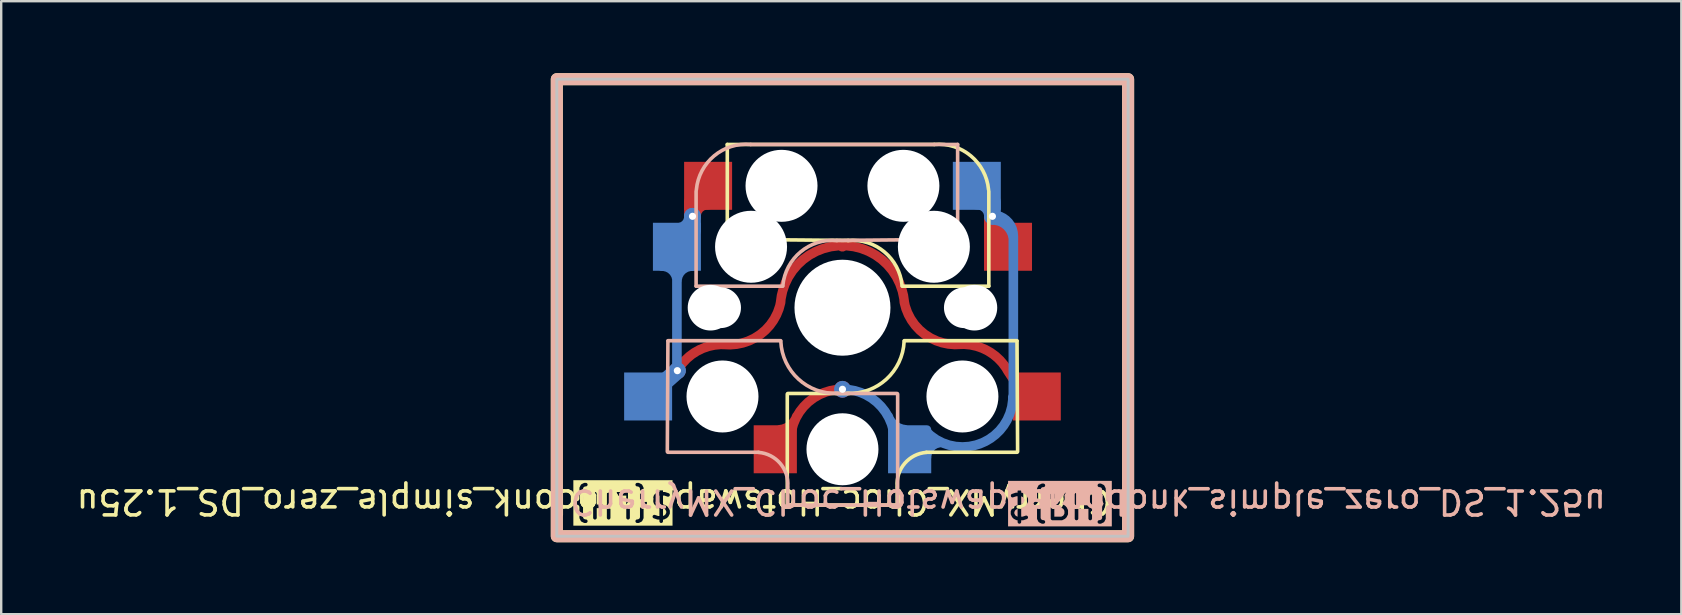
<source format=kicad_pcb>
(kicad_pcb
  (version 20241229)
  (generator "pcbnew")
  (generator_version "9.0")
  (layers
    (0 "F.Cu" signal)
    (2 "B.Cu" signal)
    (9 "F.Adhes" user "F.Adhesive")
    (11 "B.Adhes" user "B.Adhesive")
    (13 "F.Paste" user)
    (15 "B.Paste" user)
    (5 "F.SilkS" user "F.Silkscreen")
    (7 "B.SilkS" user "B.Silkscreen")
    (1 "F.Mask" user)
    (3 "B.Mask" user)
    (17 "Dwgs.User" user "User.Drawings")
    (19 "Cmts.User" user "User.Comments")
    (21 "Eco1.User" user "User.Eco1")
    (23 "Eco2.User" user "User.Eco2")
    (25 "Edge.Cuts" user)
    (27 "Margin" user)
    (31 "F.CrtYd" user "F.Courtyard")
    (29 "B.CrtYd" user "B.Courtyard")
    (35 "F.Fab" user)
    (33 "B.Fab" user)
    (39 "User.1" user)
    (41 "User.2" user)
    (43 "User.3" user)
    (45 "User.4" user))
  (footprint "CherryMX_Choc_Hotswap_ergodonk_simple_zero_DS_1.25u"
    (layer "F.Cu")
    (at 32.063 9.775)
    (property "Reference" "CherryMX_Choc_Hotswap_ergodonk_simple_zero_DS_1.25u" (at 11.33 8.09 180) (unlocked yes) (layer "F.SilkS") (effects (font (size 1 1) (thickness 0.15)) (justify left)))
    (attr smd)
    (fp_line (start -4.8 -6.804) (end 3.825 -6.804) (stroke (width 0.15) (type solid)) (layer "F.SilkS"))
    (fp_line (start -4.8 -2.896) (end -4.8 -6.804) (stroke (width 0.15) (type solid)) (layer "F.SilkS"))
    (fp_line (start -4.8 -2.85) (end 0.25 -2.804) (stroke (width 0.15) (type solid)) (layer "F.SilkS"))
    (fp_line (start -2.3 3.6) (end -2.3 8.2) (stroke (width 0.15) (type solid)) (layer "F.SilkS"))
    (fp_line (start -2.275 3.575) (end 0.275 3.575) (stroke (width 0.15) (type solid)) (layer "F.SilkS"))
    (fp_line (start -2.275 8.225) (end 2.275 8.225) (stroke (width 0.15) (type solid)) (layer "F.SilkS"))
    (fp_line (start 2.28 7.5) (end 2.28 8.2) (stroke (width 0.15) (type solid)) (layer "F.SilkS"))
    (fp_line (start 2.575 1.375) (end 7.275 1.375) (stroke (width 0.15) (type solid)) (layer "F.SilkS"))
    (fp_line (start 3.5 6.025) (end 7.275 6.025) (stroke (width 0.15) (type solid)) (layer "F.SilkS"))
    (fp_line (start 6.1 -4.85) (end 6.1 -0.905) (stroke (width 0.15) (type solid)) (layer "F.SilkS"))
    (fp_line (start 6.1 -0.896) (end 2.49 -0.896) (stroke (width 0.15) (type solid)) (layer "F.SilkS"))
    (fp_line (start 7.275 1.4) (end 7.3 6) (stroke (width 0.15) (type solid)) (layer "F.SilkS"))
    (fp_rect (start -11.906 -9.525) (end 11.906 9.525) (stroke (width 0.5) (type default)) (fill no) (layer "F.SilkS"))
    (fp_arc (start 0.225 -2.8) (mid 1.744361 -2.328061) (end 2.485 -0.92) (stroke (width 0.15) (type solid)) (layer "F.SilkS"))
    (fp_arc (start 2.28 7.45) (mid 2.595908 6.48733) (end 3.5 6.03) (stroke (width 0.15) (type solid)) (layer "F.SilkS"))
    (fp_arc (start 2.57 1.4) (mid 1.834422 2.975843) (end 0.2 3.57) (stroke (width 0.15) (type solid)) (layer "F.SilkS"))
    (fp_arc (start 3.825 -6.804) (mid 5.347189 -6.33089) (end 6.089 -4.92) (stroke (width 0.15) (type solid)) (layer "F.SilkS"))
    (fp_line (start -7.275 1.4) (end -7.3 6) (stroke (width 0.15) (type solid)) (layer "B.SilkS"))
    (fp_line (start -6.1 -4.85) (end -6.1 -0.905) (stroke (width 0.15) (type solid)) (layer "B.SilkS"))
    (fp_line (start -6.1 -0.896) (end -2.49 -0.896) (stroke (width 0.15) (type solid)) (layer "B.SilkS"))
    (fp_line (start -3.5 6.025) (end -7.275 6.025) (stroke (width 0.15) (type solid)) (layer "B.SilkS"))
    (fp_line (start -2.575 1.375) (end -7.275 1.375) (stroke (width 0.15) (type solid)) (layer "B.SilkS"))
    (fp_line (start -2.28 7.5) (end -2.28 8.2) (stroke (width 0.15) (type solid)) (layer "B.SilkS"))
    (fp_line (start 2.275 3.575) (end -0.275 3.575) (stroke (width 0.15) (type solid)) (layer "B.SilkS"))
    (fp_line (start 2.275 8.225) (end -2.275 8.225) (stroke (width 0.15) (type solid)) (layer "B.SilkS"))
    (fp_line (start 2.3 3.6) (end 2.3 8.2) (stroke (width 0.15) (type solid)) (layer "B.SilkS"))
    (fp_line (start 4.8 -6.804) (end -3.825 -6.804) (stroke (width 0.15) (type solid)) (layer "B.SilkS"))
    (fp_line (start 4.8 -2.896) (end 4.8 -6.804) (stroke (width 0.15) (type solid)) (layer "B.SilkS"))
    (fp_line (start 4.8 -2.85) (end -0.25 -2.804) (stroke (width 0.15) (type solid)) (layer "B.SilkS"))
    (fp_rect (start -11.906 -9.525) (end 11.906 9.525) (stroke (width 0.5) (type default)) (fill no) (layer "B.SilkS"))
    (fp_arc (start -6.089 -4.92) (mid -5.347189 -6.33089) (end -3.825 -6.804) (stroke (width 0.15) (type solid)) (layer "B.SilkS"))
    (fp_arc (start -3.5 6.03) (mid -2.595908 6.48733) (end -2.28 7.45) (stroke (width 0.15) (type solid)) (layer "B.SilkS"))
    (fp_arc (start -2.485 -0.92) (mid -1.744361 -2.328061) (end -0.225 -2.8) (stroke (width 0.15) (type solid)) (layer "B.SilkS"))
    (fp_arc (start -0.2 3.57) (mid -1.834422 2.975843) (end -2.57 1.4) (stroke (width 0.15) (type solid)) (layer "B.SilkS"))
    (fp_rect (start -11.906 -9.525) (end 11.906 9.525) (stroke (width 0.12) (type default)) (fill no) (layer "Dwgs.User"))
    (fp_line (start -9 -9) (end 9 -9) (stroke (width 0.15) (type solid)) (layer "Eco2.User"))
    (fp_line (start -9 9) (end -9 -9) (stroke (width 0.15) (type solid)) (layer "Eco2.User"))
    (fp_line (start -7 -7) (end 7 -7) (stroke (width 0.15) (type solid)) (layer "Eco2.User"))
    (fp_line (start -7 7) (end -7 -7) (stroke (width 0.15) (type solid)) (layer "Eco2.User"))
    (fp_line (start 7 -7) (end 7 7) (stroke (width 0.15) (type solid)) (layer "Eco2.User"))
    (fp_line (start 7 7) (end -7 7) (stroke (width 0.15) (type solid)) (layer "Eco2.User"))
    (fp_line (start 9 -9) (end 9 9) (stroke (width 0.15) (type solid)) (layer "Eco2.User"))
    (fp_line (start 9 9) (end -9 9) (stroke (width 0.15) (type solid)) (layer "Eco2.User"))
    (fp_text user "${LH}" (at -11.32 8.21 180) (unlocked yes) (layer "F.SilkS" knockout) (effects (font (size 1 1) (thickness 0.15)) (justify right)))
    (fp_text user "${REFERENCE}" (at -11.43 7.51 180) (unlocked yes) (layer "B.SilkS") (effects (font (size 1 1) (thickness 0.15)) (justify left bottom mirror)))
    (fp_text user "${RH}" (at 11.33 8.24 180) (unlocked yes) (layer "B.SilkS" knockout) (effects (font (size 1 1) (thickness 0.15)) (justify right mirror)))
    (pad "" np_thru_hole circle (at -5.5 0 90) (size 1.9 1.9) (drill 1.9) (layers "*.Cu" "*.Mask"))
    (pad "" np_thru_hole circle (at -5.08 0) (size 1.7 1.7) (drill 1.7) (layers "*.Cu" "*.Mask"))
    (pad "" np_thru_hole circle (at -5 3.7 90) (size 3 3) (drill 3) (layers "*.Cu" "*.Mask"))
    (pad "" np_thru_hole circle (at -3.81 -2.54 180) (size 3 3) (drill 3) (layers "*.Cu" "*.Mask"))
    (pad "" np_thru_hole circle (at -2.54 -5.08 180) (size 3 3) (drill 3) (layers "*.Cu" "*.Mask"))
    (pad "" np_thru_hole circle (at 0 0 90) (size 4 4) (drill 4) (layers "*.Cu" "*.Mask"))
    (pad "" np_thru_hole circle (at 0 5.9 90) (size 3 3) (drill 3) (layers "*.Cu" "*.Mask"))
    (pad "" np_thru_hole circle (at 2.54 -5.08 180) (size 3 3) (drill 3) (layers "*.Cu" "*.Mask"))
    (pad "" np_thru_hole circle (at 3.81 -2.54 180) (size 3 3) (drill 3) (layers "*.Cu" "*.Mask"))
    (pad "" np_thru_hole circle (at 5 3.7 270) (size 3 3) (drill 3) (layers "*.Cu" "*.Mask"))
    (pad "" np_thru_hole circle (at 5.08 0) (size 1.7 1.7) (drill 1.7) (layers "*.Cu" "*.Mask"))
    (pad "" np_thru_hole circle (at 5.5 0 90) (size 1.9 1.9) (drill 1.9) (layers "*.Cu" "*.Mask"))
    (pad "5" smd rect (at -2.8 5.9 180) (size 1.8 2) (layers "F.Cu" "F.Mask" "F.Paste"))
    (pad "5" smd custom (at 0 3.4 180) (size 0.5 0.5) (layers "F.Cu") (options (anchor circle)) (primitives (gr_arc (start 2.162317 -2.145078) (mid 1.522907 -0.62724) (end 0 0) (width 0.4)) (gr_arc (start 1.91 -1.130079) (mid 2.168641 -1.50068) (end 2.583232 -1.680555) (width 0.4))))
    (pad "5" thru_hole circle (at 0 3.4) (size 0.7 0.7) (drill 0.3) (layers "*.Cu"))
    (pad "5" smd custom (at 1.523 4.027) (size 0.4 0.4) (layers "B.Cu") (options (anchor circle)) (primitives (gr_arc (start -1.522907 -0.62724) (mid 0 0) (end 0.63941 1.517838) (width 0.4)) (gr_arc (start 1.060325 1.053315) (mid 0.645733 0.873441) (end 0.387091 0.50284) (width 0.4))))
    (pad "5" smd roundrect (at 2.8 5.9 180) (size 1.8 2) (layers "B.Cu" "B.Mask" "B.Paste") (roundrect_rratio 0.1) (chamfer_ratio 0) (chamfer top_left top_right bottom_right))
    (pad "5" smd rect (at 5.6 -5.08 180) (size 2 2) (layers "B.Cu" "B.Mask" "B.Paste"))
    (pad "5" smd custom (at 6.19 -3.21) (size 0.5 0.5) (layers "F.Cu" "F.Mask" "F.Paste") (options (anchor circle)) (primitives (gr_arc (start 0.69 0.03) (mid 0.244523 -0.154523) (end 0.06 -0.6) (width 0.7)) (gr_line (start 0.06 -0.6) (end 0.06 0) (width 0.7))))
    (pad "5" thru_hole circle (at 6.25 -3.81) (size 0.7 0.7) (drill 0.3) (layers "*.Cu"))
    (pad "5" smd rect (at 6.9 -2.54 180) (size 2 2) (layers "F.Cu" "F.Mask" "F.Paste"))
    (pad "5" smd custom (at 7.122 0.355 180) (size 0.4 0.4) (layers "B.Cu") (options (anchor circle)) (primitives (gr_line (start 0 -3.345) (end 0 3.345) (width 0.4)) (gr_arc (start 0.867257 4.009817) (mid 0.252074 3.755) (end -0.002743 3.139817) (width 0.4)) (gr_arc (start 0.022075 -3.345) (mid 1.282666 -5.26994) (end 3.55102 -4.883867) (width 0.4)) (gr_arc (start 3.622074 -5.895) (mid 3.437552 -5.449521) (end 2.992074 -5.264996) (width 0.4)) (gr_arc (start 1.502074 4.795) (mid 1.056594 4.610479) (end 0.87207 4.165) (width 0.7)) (gr_line (start 0.872 4.165) (end 0.872 4.765) (width 0.7)) (gr_arc (start 0.87 4.215) (mid 0.254817 3.960183) (end 0 3.345) (width 0.4))))
    (pad "6" smd rect (at -8.1 3.7 180) (size 2 2) (layers "B.Cu" "B.Mask" "B.Paste"))
    (pad "6" smd rect (at -6.9 -2.54 180) (size 2 2) (layers "B.Cu" "B.Mask" "B.Paste"))
    (pad "6" smd custom (at -6.9 -0.06) (size 0.4 0.4) (layers "B.Cu") (options (anchor circle)) (primitives (gr_line (start 0 2.48) (end 0 -2.48) (width 0.4)) (gr_line (start 0.018 2.684) (end -1.2 3.76) (width 0.7)) (gr_arc (start -0.624523 -1.67) (mid -0.179046 -1.485477) (end 0.005477 -1.04) (width 0.4)) (gr_arc (start 0.005477 -1.04) (mid 0.19 -1.485478) (end 0.635477 -1.670003) (width 0.4))))
    (pad "6" thru_hole circle (at -6.882 2.624) (size 0.7 0.7) (drill 0.3) (layers "*.Cu"))
    (pad "6" smd custom (at -6.29 -4.35) (size 0.5 0.5) (layers "F.Cu" "F.Mask" "F.Paste") (options (anchor circle)) (primitives (gr_arc (start 0.04 0.54) (mid 0.224523 0.094523) (end 0.67 -0.09) (width 0.7)) (gr_line (start 0.04 0.54) (end 0.04 -0.06) (width 0.7))))
    (pad "6" smd custom (at -6.29 -3.34) (size 0.5 0.5) (layers "B.Cu" "B.Mask" "B.Paste") (options (anchor circle)) (primitives (gr_arc (start 0.04 -0.47) (mid -0.144523 -0.024523) (end -0.59 0.16) (width 0.7)) (gr_line (start 0.04 -0.47) (end 0.04 0.13) (width 0.7))))
    (pad "6" thru_hole circle (at -6.25 -3.81) (size 0.7 0.7) (drill 0.3) (layers "*.Cu"))
    (pad "6" smd rect (at -5.6 -5.08 180) (size 2 2) (layers "F.Cu" "F.Mask" "F.Paste"))
    (pad "6" smd custom (at -0.004 -2.589 180) (size 0.5 0.5) (layers "F.Cu") (options (anchor circle)) (primitives (gr_arc (start 2.575781 -2.378529) (mid 0 0) (end -2.583521 -2.37012) (width 0.4)) (gr_arc (start -4.952367 -4.112751) (mid -3.433578 -3.695955) (end -2.58352 -2.37012) (width 0.4)) (gr_arc (start -4.952367 -4.112752) (mid -6.069049 -4.392065) (end -6.88535 -5.203635) (width 0.4)) (gr_line (start -6.885 -5.204) (end -7.514 -6.169) (width 0.4)) (gr_arc (start 2.575781 -2.378529) (mid 3.425837 -3.704367) (end 4.944628 -4.121163) (width 0.4)) (gr_arc (start 6.877611 -5.212044) (mid 6.06131 -4.400474) (end 4.944628 -4.12116) (width 0.4))))
    (pad "6" smd rect (at 8.1 3.7 180) (size 2 2) (layers "F.Cu" "F.Mask" "F.Paste")))
  (gr_rect
    (start -3 -3)
    (end 67.026 22.55)
    (stroke (width 0.1) (type default))
    (fill no)
    (layer "Edge.Cuts")))
</source>
